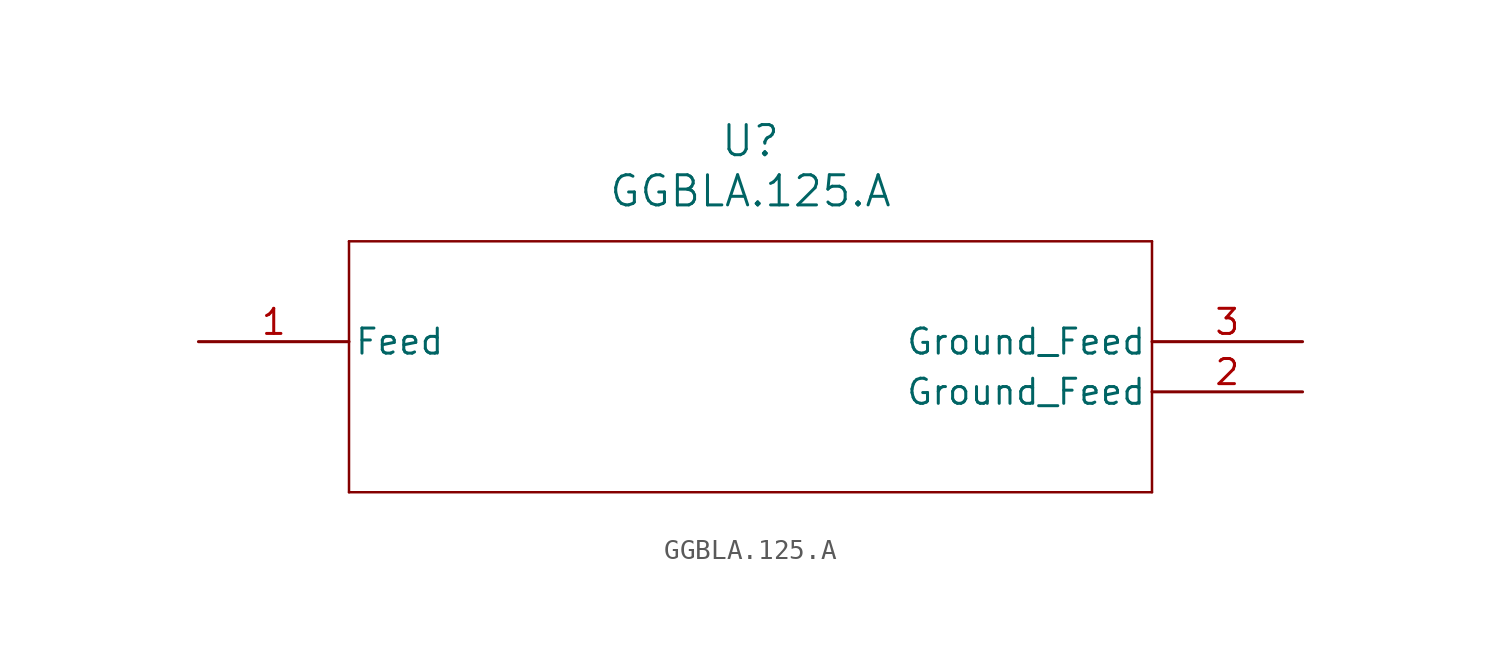
<source format=kicad_sym>
(kicad_symbol_lib
  (version 20231120)
  (generator "kicad_symbol_editor")
  (generator_version "8.0")
  (symbol "GGBLA.125.A"
    (pin_names
      (offset 0.254))
    (property "Reference" "U"
      (at 27.94 10.16 0)
      (effects (font (size 1.524 1.524))))
    (property "Value" "GGBLA.125.A"
      (at 27.94 7.62 0)
      (effects (font (size 1.524 1.524))))
    (property "ki_locked" ""
      (at 0 0 0)
      (effects (font (size 1.27 1.27))))
    (symbol "GGBLA.125.A_0_1"
      (polyline (pts (xy 7.62 -7.62) (xy 48.26 -7.62)) (stroke (width 0.127) (type default)) (fill (type none)))
      (polyline (pts (xy 7.62 5.08) (xy 7.62 -7.62)) (stroke (width 0.127) (type default)) (fill (type none)))
      (polyline (pts (xy 48.26 -7.62) (xy 48.26 5.08)) (stroke (width 0.127) (type default)) (fill (type none)))
      (polyline (pts (xy 48.26 5.08) (xy 7.62 5.08)) (stroke (width 0.127) (type default)) (fill (type none)))
      (pin output line (at 0 0 0) (length 7.62) (name "Feed" (effects (font (size 1.27 1.27)))) (number "1" (effects (font (size 1.27 1.27)))))
      (pin power_out line (at 55.88 -2.54 180) (length 7.62) (name "Ground_Feed" (effects (font (size 1.27 1.27)))) (number "2" (effects (font (size 1.27 1.27)))))
      (pin power_out line (at 55.88 0 180) (length 7.62) (name "Ground_Feed" (effects (font (size 1.27 1.27)))) (number "3" (effects (font (size 1.27 1.27))))))))
</source>
